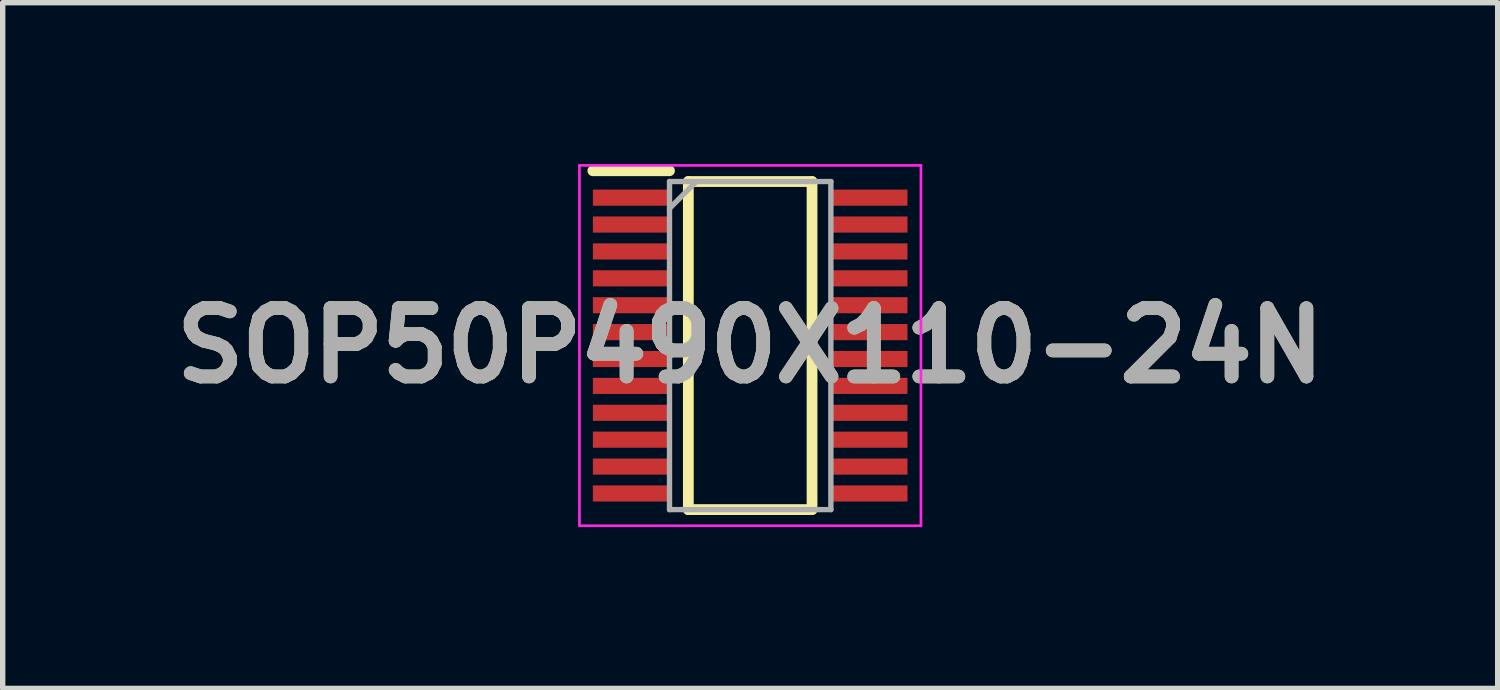
<source format=kicad_pcb>
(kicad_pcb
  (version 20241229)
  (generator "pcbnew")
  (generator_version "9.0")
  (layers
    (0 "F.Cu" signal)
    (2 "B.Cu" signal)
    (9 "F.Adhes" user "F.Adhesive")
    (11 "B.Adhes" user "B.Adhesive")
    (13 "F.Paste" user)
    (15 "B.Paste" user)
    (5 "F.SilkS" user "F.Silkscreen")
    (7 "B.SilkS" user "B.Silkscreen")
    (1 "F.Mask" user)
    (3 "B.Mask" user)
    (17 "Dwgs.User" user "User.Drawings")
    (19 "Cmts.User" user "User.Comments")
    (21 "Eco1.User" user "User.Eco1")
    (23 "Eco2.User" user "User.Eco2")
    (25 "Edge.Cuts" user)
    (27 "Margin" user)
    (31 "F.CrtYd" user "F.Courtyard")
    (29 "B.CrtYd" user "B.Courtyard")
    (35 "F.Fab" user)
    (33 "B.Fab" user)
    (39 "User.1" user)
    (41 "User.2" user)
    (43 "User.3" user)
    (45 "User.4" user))
  (footprint "SOP50P490X110-24N"
    (layer "F.Cu")
    (at 10.898 3.375)
    (property "Reference" "SOP50P490X110-24N" (at 0 0 0) (layer "F.SilkS") (effects (font (size 1.27 1.27) (thickness 0.254))))
    (attr smd)
    (fp_line (start -2.925 -3.25) (end -1.5 -3.25) (stroke (width 0.2) (type solid)) (layer "F.SilkS"))
    (fp_line (start -1.15 -3.05) (end 1.15 -3.05) (stroke (width 0.2) (type solid)) (layer "F.SilkS"))
    (fp_line (start -1.15 3.05) (end -1.15 -3.05) (stroke (width 0.2) (type solid)) (layer "F.SilkS"))
    (fp_line (start 1.15 -3.05) (end 1.15 3.05) (stroke (width 0.2) (type solid)) (layer "F.SilkS"))
    (fp_line (start 1.15 3.05) (end -1.15 3.05) (stroke (width 0.2) (type solid)) (layer "F.SilkS"))
    (fp_line (start -3.175 -3.35) (end 3.175 -3.35) (stroke (width 0.05) (type solid)) (layer "F.CrtYd"))
    (fp_line (start -3.175 3.35) (end -3.175 -3.35) (stroke (width 0.05) (type solid)) (layer "F.CrtYd"))
    (fp_line (start 3.175 -3.35) (end 3.175 3.35) (stroke (width 0.05) (type solid)) (layer "F.CrtYd"))
    (fp_line (start 3.175 3.35) (end -3.175 3.35) (stroke (width 0.05) (type solid)) (layer "F.CrtYd"))
    (fp_line (start -1.5 -3.05) (end 1.5 -3.05) (stroke (width 0.1) (type solid)) (layer "F.Fab"))
    (fp_line (start -1.5 -2.55) (end -1 -3.05) (stroke (width 0.1) (type solid)) (layer "F.Fab"))
    (fp_line (start -1.5 3.05) (end -1.5 -3.05) (stroke (width 0.1) (type solid)) (layer "F.Fab"))
    (fp_line (start 1.5 -3.05) (end 1.5 3.05) (stroke (width 0.1) (type solid)) (layer "F.Fab"))
    (fp_line (start 1.5 3.05) (end -1.5 3.05) (stroke (width 0.1) (type solid)) (layer "F.Fab"))
    (fp_text user "${REFERENCE}" (at 0 0 0) (layer "F.Fab") (effects (font (size 1.27 1.27) (thickness 0.254))))
    (pad "1" smd rect (at -2.212 -2.75 90) (size 0.3 1.425) (layers "F.Cu" "F.Mask" "F.Paste"))
    (pad "2" smd rect (at -2.212 -2.25 90) (size 0.3 1.425) (layers "F.Cu" "F.Mask" "F.Paste"))
    (pad "3" smd rect (at -2.212 -1.75 90) (size 0.3 1.425) (layers "F.Cu" "F.Mask" "F.Paste"))
    (pad "4" smd rect (at -2.212 -1.25 90) (size 0.3 1.425) (layers "F.Cu" "F.Mask" "F.Paste"))
    (pad "5" smd rect (at -2.212 -0.75 90) (size 0.3 1.425) (layers "F.Cu" "F.Mask" "F.Paste"))
    (pad "6" smd rect (at -2.212 -0.25 90) (size 0.3 1.425) (layers "F.Cu" "F.Mask" "F.Paste"))
    (pad "7" smd rect (at -2.212 0.25 90) (size 0.3 1.425) (layers "F.Cu" "F.Mask" "F.Paste"))
    (pad "8" smd rect (at -2.212 0.75 90) (size 0.3 1.425) (layers "F.Cu" "F.Mask" "F.Paste"))
    (pad "9" smd rect (at -2.212 1.25 90) (size 0.3 1.425) (layers "F.Cu" "F.Mask" "F.Paste"))
    (pad "10" smd rect (at -2.212 1.75 90) (size 0.3 1.425) (layers "F.Cu" "F.Mask" "F.Paste"))
    (pad "11" smd rect (at -2.212 2.25 90) (size 0.3 1.425) (layers "F.Cu" "F.Mask" "F.Paste"))
    (pad "12" smd rect (at -2.212 2.75 90) (size 0.3 1.425) (layers "F.Cu" "F.Mask" "F.Paste"))
    (pad "13" smd rect (at 2.212 2.75 90) (size 0.3 1.425) (layers "F.Cu" "F.Mask" "F.Paste"))
    (pad "14" smd rect (at 2.212 2.25 90) (size 0.3 1.425) (layers "F.Cu" "F.Mask" "F.Paste"))
    (pad "15" smd rect (at 2.212 1.75 90) (size 0.3 1.425) (layers "F.Cu" "F.Mask" "F.Paste"))
    (pad "16" smd rect (at 2.212 1.25 90) (size 0.3 1.425) (layers "F.Cu" "F.Mask" "F.Paste"))
    (pad "17" smd rect (at 2.212 0.75 90) (size 0.3 1.425) (layers "F.Cu" "F.Mask" "F.Paste"))
    (pad "18" smd rect (at 2.212 0.25 90) (size 0.3 1.425) (layers "F.Cu" "F.Mask" "F.Paste"))
    (pad "19" smd rect (at 2.212 -0.25 90) (size 0.3 1.425) (layers "F.Cu" "F.Mask" "F.Paste"))
    (pad "20" smd rect (at 2.212 -0.75 90) (size 0.3 1.425) (layers "F.Cu" "F.Mask" "F.Paste"))
    (pad "21" smd rect (at 2.212 -1.25 90) (size 0.3 1.425) (layers "F.Cu" "F.Mask" "F.Paste"))
    (pad "22" smd rect (at 2.212 -1.75 90) (size 0.3 1.425) (layers "F.Cu" "F.Mask" "F.Paste"))
    (pad "23" smd rect (at 2.212 -2.25 90) (size 0.3 1.425) (layers "F.Cu" "F.Mask" "F.Paste"))
    (pad "24" smd rect (at 2.212 -2.75 90) (size 0.3 1.425) (layers "F.Cu" "F.Mask" "F.Paste")))
  (gr_rect
    (start -3 -3)
    (end 24.796 9.75)
    (stroke (width 0.1) (type default))
    (fill no)
    (layer "Edge.Cuts")))
</source>
